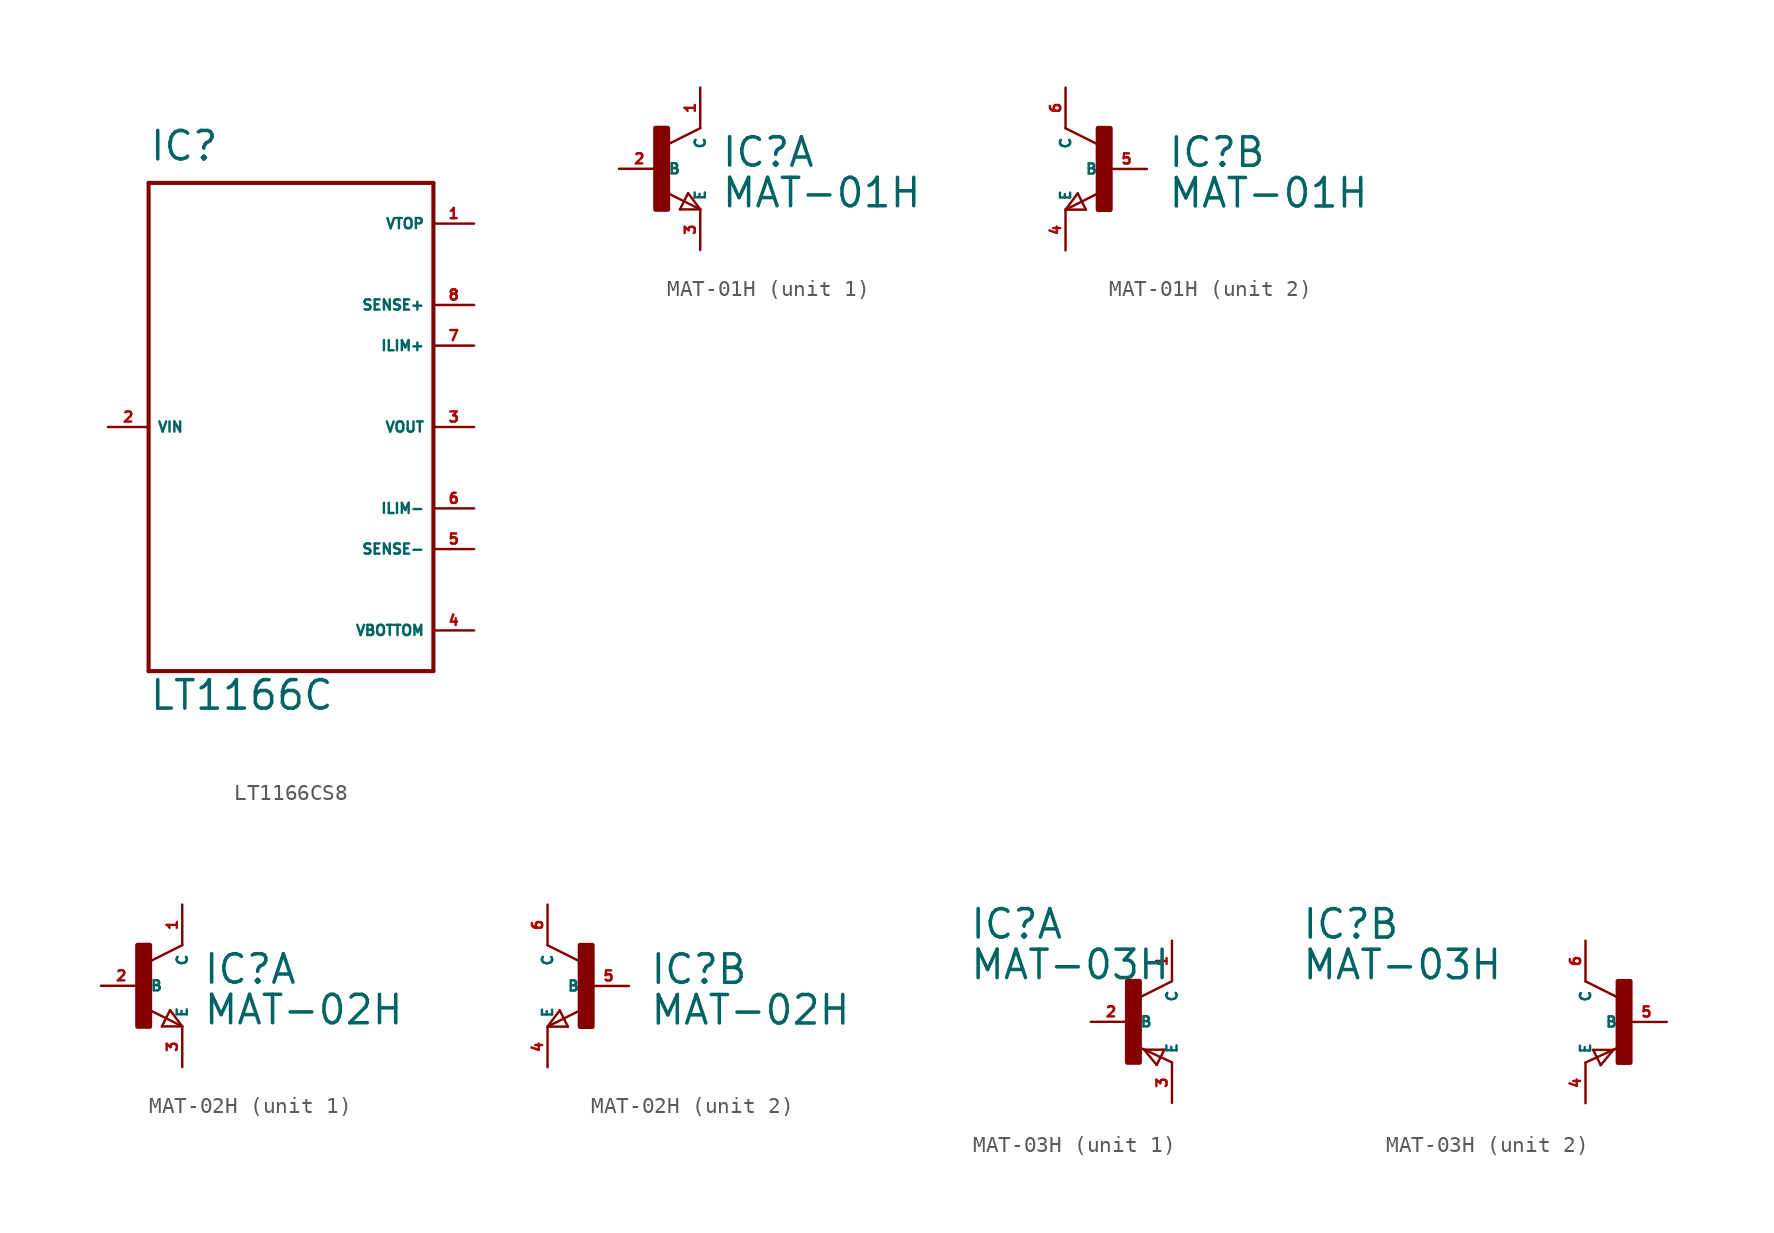
<source format=kicad_sym>
(kicad_symbol_lib
  (version 20220914)
  (generator Eagle2Kicad)
  (symbol "LT1166CS8"
    (property "Reference" "IC"
      (at -7.62 16.51 0)
      (effects (font (size 1.778 1.778) (thickness 0.22)) (justify left bottom)))
    (property "Value" "LT1166C"
      (at -7.62 -17.78 0)
      (effects (font (size 1.778 1.778) (thickness 0.22)) (justify left bottom)))
    (polyline
      (pts (xy -7.62 15.24) (xy 10.16 15.24))
      (stroke (width 0.254) (type default))
      (fill (type none)))
    (polyline
      (pts (xy 10.16 15.24) (xy 10.16 -15.24))
      (stroke (width 0.254) (type default))
      (fill (type none)))
    (polyline
      (pts (xy 10.16 -15.24) (xy -7.62 -15.24))
      (stroke (width 0.254) (type default))
      (fill (type none)))
    (polyline
      (pts (xy -7.62 -15.24) (xy -7.62 15.24))
      (stroke (width 0.254) (type default))
      (fill (type none)))
    (pin input line
      (at -10.16 0 0)
      (length 2.54)
      (name "VIN" (effects (font (size 0.635 0.635) (thickness 0.08)) (justify left bottom)))
      (number "2" (effects (font (size 0.635 0.635) (thickness 0.08)) (justify left bottom))))
    (pin input line
      (at 12.7 12.7 180)
      (length 2.54)
      (name "VTOP" (effects (font (size 0.635 0.635) (thickness 0.08)) (justify left bottom)))
      (number "1" (effects (font (size 0.635 0.635) (thickness 0.08)) (justify left bottom))))
    (pin input line
      (at 12.7 -12.7 180)
      (length 2.54)
      (name "VBOTTOM" (effects (font (size 0.635 0.635) (thickness 0.08)) (justify left bottom)))
      (number "4" (effects (font (size 0.635 0.635) (thickness 0.08)) (justify left bottom))))
    (pin input line
      (at 12.7 7.62 180)
      (length 2.54)
      (name "SENSE+" (effects (font (size 0.635 0.635) (thickness 0.08)) (justify left bottom)))
      (number "8" (effects (font (size 0.635 0.635) (thickness 0.08)) (justify left bottom))))
    (pin input line
      (at 12.7 -7.62 180)
      (length 2.54)
      (name "SENSE-" (effects (font (size 0.635 0.635) (thickness 0.08)) (justify left bottom)))
      (number "5" (effects (font (size 0.635 0.635) (thickness 0.08)) (justify left bottom))))
    (pin input line
      (at 12.7 5.08 180)
      (length 2.54)
      (name "ILIM+" (effects (font (size 0.635 0.635) (thickness 0.08)) (justify left bottom)))
      (number "7" (effects (font (size 0.635 0.635) (thickness 0.08)) (justify left bottom))))
    (pin input line
      (at 12.7 -5.08 180)
      (length 2.54)
      (name "ILIM-" (effects (font (size 0.635 0.635) (thickness 0.08)) (justify left bottom)))
      (number "6" (effects (font (size 0.635 0.635) (thickness 0.08)) (justify left bottom))))
    (pin output line
      (at 12.7 0 180)
      (length 2.54)
      (name "VOUT" (effects (font (size 0.635 0.635) (thickness 0.08)) (justify left bottom)))
      (number "3" (effects (font (size 0.635 0.635) (thickness 0.08)) (justify left bottom)))))
  (symbol "MAT-01H"
    (property "Reference" "IC"
      (at 3.81 0 0)
      (effects (font (size 1.778 1.778) (thickness 0.22)) (justify left bottom)))
    (property "Value" "MAT-01H"
      (at 3.81 -2.54 0)
      (effects (font (size 1.778 1.778) (thickness 0.22)) (justify left bottom)))
    (symbol "MAT-01H_1_0"
      (polyline (pts (xy 0.508 1.524) (xy 2.54 2.54)) (stroke (width 0.152) (type default)) (fill (type none)))
      (polyline (pts (xy 0.508 -1.524) (xy 2.54 -2.54)) (stroke (width 0.152) (type default)) (fill (type none)))
      (polyline (pts (xy 1.778 -1.524) (xy 2.54 -2.54)) (stroke (width 0.152) (type default)) (fill (type none)))
      (polyline (pts (xy 2.54 -2.54) (xy 1.27 -2.54)) (stroke (width 0.152) (type default)) (fill (type none)))
      (polyline (pts (xy 1.27 -2.54) (xy 1.778 -1.524)) (stroke (width 0.152) (type default)) (fill (type none)))
      (rectangle (start -0.254 -2.54) (end 0.508 2.54) (stroke (width 0.3) (type default)) (fill (type outline)))
      (pin passive line (at -2.54 0 0) (length 2.54) (name "B" (effects (font (size 0.635 0.635) (thickness 0.08)) (justify left bottom))) (number "2" (effects (font (size 0.635 0.635) (thickness 0.08)) (justify left bottom))))
      (pin passive line (at 2.54 -5.08 90) (length 2.54) (name "E" (effects (font (size 0.635 0.635) (thickness 0.08)) (justify left bottom))) (number "3" (effects (font (size 0.635 0.635) (thickness 0.08)) (justify left bottom))))
      (pin passive line (at 2.54 5.08 270) (length 2.54) (name "C" (effects (font (size 0.635 0.635) (thickness 0.08)) (justify left bottom))) (number "1" (effects (font (size 0.635 0.635) (thickness 0.08)) (justify left bottom)))))
    (symbol "MAT-01H_2_0"
      (polyline (pts (xy -2.54 -2.54) (xy -0.508 -1.524)) (stroke (width 0.152) (type default)) (fill (type none)))
      (polyline (pts (xy -2.54 2.54) (xy -0.508 1.524)) (stroke (width 0.152) (type default)) (fill (type none)))
      (polyline (pts (xy -1.778 -1.524) (xy -2.54 -2.54)) (stroke (width 0.152) (type default)) (fill (type none)))
      (polyline (pts (xy -2.54 -2.54) (xy -1.27 -2.54)) (stroke (width 0.152) (type default)) (fill (type none)))
      (polyline (pts (xy -1.27 -2.54) (xy -1.778 -1.524)) (stroke (width 0.152) (type default)) (fill (type none)))
      (rectangle (start -0.508 -2.54) (end 0.254 2.54) (stroke (width 0.3) (type default)) (fill (type outline)))
      (pin passive line (at 2.54 0 180) (length 2.54) (name "B" (effects (font (size 0.635 0.635) (thickness 0.08)) (justify left bottom))) (number "5" (effects (font (size 0.635 0.635) (thickness 0.08)) (justify left bottom))))
      (pin passive line (at -2.54 -5.08 90) (length 2.54) (name "E" (effects (font (size 0.635 0.635) (thickness 0.08)) (justify left bottom))) (number "4" (effects (font (size 0.635 0.635) (thickness 0.08)) (justify left bottom))))
      (pin passive line (at -2.54 5.08 270) (length 2.54) (name "C" (effects (font (size 0.635 0.635) (thickness 0.08)) (justify left bottom))) (number "6" (effects (font (size 0.635 0.635) (thickness 0.08)) (justify left bottom))))))
  (symbol "MAT-02H"
    (property "Reference" "IC"
      (at 3.81 0 0)
      (effects (font (size 1.778 1.778) (thickness 0.22)) (justify left bottom)))
    (property "Value" "MAT-02H"
      (at 3.81 -2.54 0)
      (effects (font (size 1.778 1.778) (thickness 0.22)) (justify left bottom)))
    (symbol "MAT-02H_1_0"
      (polyline (pts (xy 0.508 1.524) (xy 2.54 2.54)) (stroke (width 0.152) (type default)) (fill (type none)))
      (polyline (pts (xy 0.508 -1.524) (xy 2.54 -2.54)) (stroke (width 0.152) (type default)) (fill (type none)))
      (polyline (pts (xy 1.778 -1.524) (xy 2.54 -2.54)) (stroke (width 0.152) (type default)) (fill (type none)))
      (polyline (pts (xy 2.54 -2.54) (xy 1.27 -2.54)) (stroke (width 0.152) (type default)) (fill (type none)))
      (polyline (pts (xy 1.27 -2.54) (xy 1.778 -1.524)) (stroke (width 0.152) (type default)) (fill (type none)))
      (rectangle (start -0.254 -2.54) (end 0.508 2.54) (stroke (width 0.3) (type default)) (fill (type outline)))
      (pin passive line (at -2.54 0 0) (length 2.54) (name "B" (effects (font (size 0.635 0.635) (thickness 0.08)) (justify left bottom))) (number "2" (effects (font (size 0.635 0.635) (thickness 0.08)) (justify left bottom))))
      (pin passive line (at 2.54 -5.08 90) (length 2.54) (name "E" (effects (font (size 0.635 0.635) (thickness 0.08)) (justify left bottom))) (number "3" (effects (font (size 0.635 0.635) (thickness 0.08)) (justify left bottom))))
      (pin passive line (at 2.54 5.08 270) (length 2.54) (name "C" (effects (font (size 0.635 0.635) (thickness 0.08)) (justify left bottom))) (number "1" (effects (font (size 0.635 0.635) (thickness 0.08)) (justify left bottom)))))
    (symbol "MAT-02H_2_0"
      (polyline (pts (xy -2.54 -2.54) (xy -0.508 -1.524)) (stroke (width 0.152) (type default)) (fill (type none)))
      (polyline (pts (xy -2.54 2.54) (xy -0.508 1.524)) (stroke (width 0.152) (type default)) (fill (type none)))
      (polyline (pts (xy -1.778 -1.524) (xy -2.54 -2.54)) (stroke (width 0.152) (type default)) (fill (type none)))
      (polyline (pts (xy -2.54 -2.54) (xy -1.27 -2.54)) (stroke (width 0.152) (type default)) (fill (type none)))
      (polyline (pts (xy -1.27 -2.54) (xy -1.778 -1.524)) (stroke (width 0.152) (type default)) (fill (type none)))
      (rectangle (start -0.508 -2.54) (end 0.254 2.54) (stroke (width 0.3) (type default)) (fill (type outline)))
      (pin passive line (at 2.54 0 180) (length 2.54) (name "B" (effects (font (size 0.635 0.635) (thickness 0.08)) (justify left bottom))) (number "5" (effects (font (size 0.635 0.635) (thickness 0.08)) (justify left bottom))))
      (pin passive line (at -2.54 -5.08 90) (length 2.54) (name "E" (effects (font (size 0.635 0.635) (thickness 0.08)) (justify left bottom))) (number "4" (effects (font (size 0.635 0.635) (thickness 0.08)) (justify left bottom))))
      (pin passive line (at -2.54 5.08 270) (length 2.54) (name "C" (effects (font (size 0.635 0.635) (thickness 0.08)) (justify left bottom))) (number "6" (effects (font (size 0.635 0.635) (thickness 0.08)) (justify left bottom))))))
  (symbol "MAT-03H"
    (property "Reference" "IC"
      (at -10.16 5.08 0)
      (effects (font (size 1.778 1.778) (thickness 0.22)) (justify left bottom)))
    (property "Value" "MAT-03H"
      (at -10.16 2.54 0)
      (effects (font (size 1.778 1.778) (thickness 0.22)) (justify left bottom)))
    (symbol "MAT-03H_1_0"
      (polyline (pts (xy 0.508 1.524) (xy 2.54 2.54)) (stroke (width 0.152) (type default)) (fill (type none)))
      (polyline (pts (xy 0.476 -1.587) (xy 2.54 -2.54)) (stroke (width 0.152) (type default)) (fill (type none)))
      (polyline (pts (xy 0.794 -1.746) (xy 1.587 -2.699)) (stroke (width 0.152) (type default)) (fill (type none)))
      (polyline (pts (xy 1.587 -2.699) (xy 2.064 -1.746)) (stroke (width 0.152) (type default)) (fill (type none)))
      (polyline (pts (xy 2.064 -1.746) (xy 0.794 -1.746)) (stroke (width 0.152) (type default)) (fill (type none)))
      (rectangle (start -0.254 -2.54) (end 0.508 2.54) (stroke (width 0.3) (type default)) (fill (type outline)))
      (pin passive line (at -2.54 0 0) (length 2.54) (name "B" (effects (font (size 0.635 0.635) (thickness 0.08)) (justify left bottom))) (number "2" (effects (font (size 0.635 0.635) (thickness 0.08)) (justify left bottom))))
      (pin passive line (at 2.54 -5.08 90) (length 2.54) (name "E" (effects (font (size 0.635 0.635) (thickness 0.08)) (justify left bottom))) (number "3" (effects (font (size 0.635 0.635) (thickness 0.08)) (justify left bottom))))
      (pin passive line (at 2.54 5.08 270) (length 2.54) (name "C" (effects (font (size 0.635 0.635) (thickness 0.08)) (justify left bottom))) (number "1" (effects (font (size 0.635 0.635) (thickness 0.08)) (justify left bottom)))))
    (symbol "MAT-03H_2_0"
      (polyline (pts (xy 9.652 1.524) (xy 7.62 2.54)) (stroke (width 0.152) (type default)) (fill (type none)))
      (polyline (pts (xy 9.684 -1.587) (xy 7.62 -2.54)) (stroke (width 0.152) (type default)) (fill (type none)))
      (polyline (pts (xy 9.366 -1.746) (xy 8.572 -2.699)) (stroke (width 0.152) (type default)) (fill (type none)))
      (polyline (pts (xy 8.572 -2.699) (xy 8.096 -1.746)) (stroke (width 0.152) (type default)) (fill (type none)))
      (polyline (pts (xy 8.096 -1.746) (xy 9.366 -1.746)) (stroke (width 0.152) (type default)) (fill (type none)))
      (rectangle (start 9.652 -2.54) (end 10.414 2.54) (stroke (width 0.3) (type default)) (fill (type outline)))
      (pin passive line (at 12.7 0 180) (length 2.54) (name "B" (effects (font (size 0.635 0.635) (thickness 0.08)) (justify left bottom))) (number "5" (effects (font (size 0.635 0.635) (thickness 0.08)) (justify left bottom))))
      (pin passive line (at 7.62 -5.08 90) (length 2.54) (name "E" (effects (font (size 0.635 0.635) (thickness 0.08)) (justify left bottom))) (number "4" (effects (font (size 0.635 0.635) (thickness 0.08)) (justify left bottom))))
      (pin passive line (at 7.62 5.08 270) (length 2.54) (name "C" (effects (font (size 0.635 0.635) (thickness 0.08)) (justify left bottom))) (number "6" (effects (font (size 0.635 0.635) (thickness 0.08)) (justify left bottom)))))))
</source>
